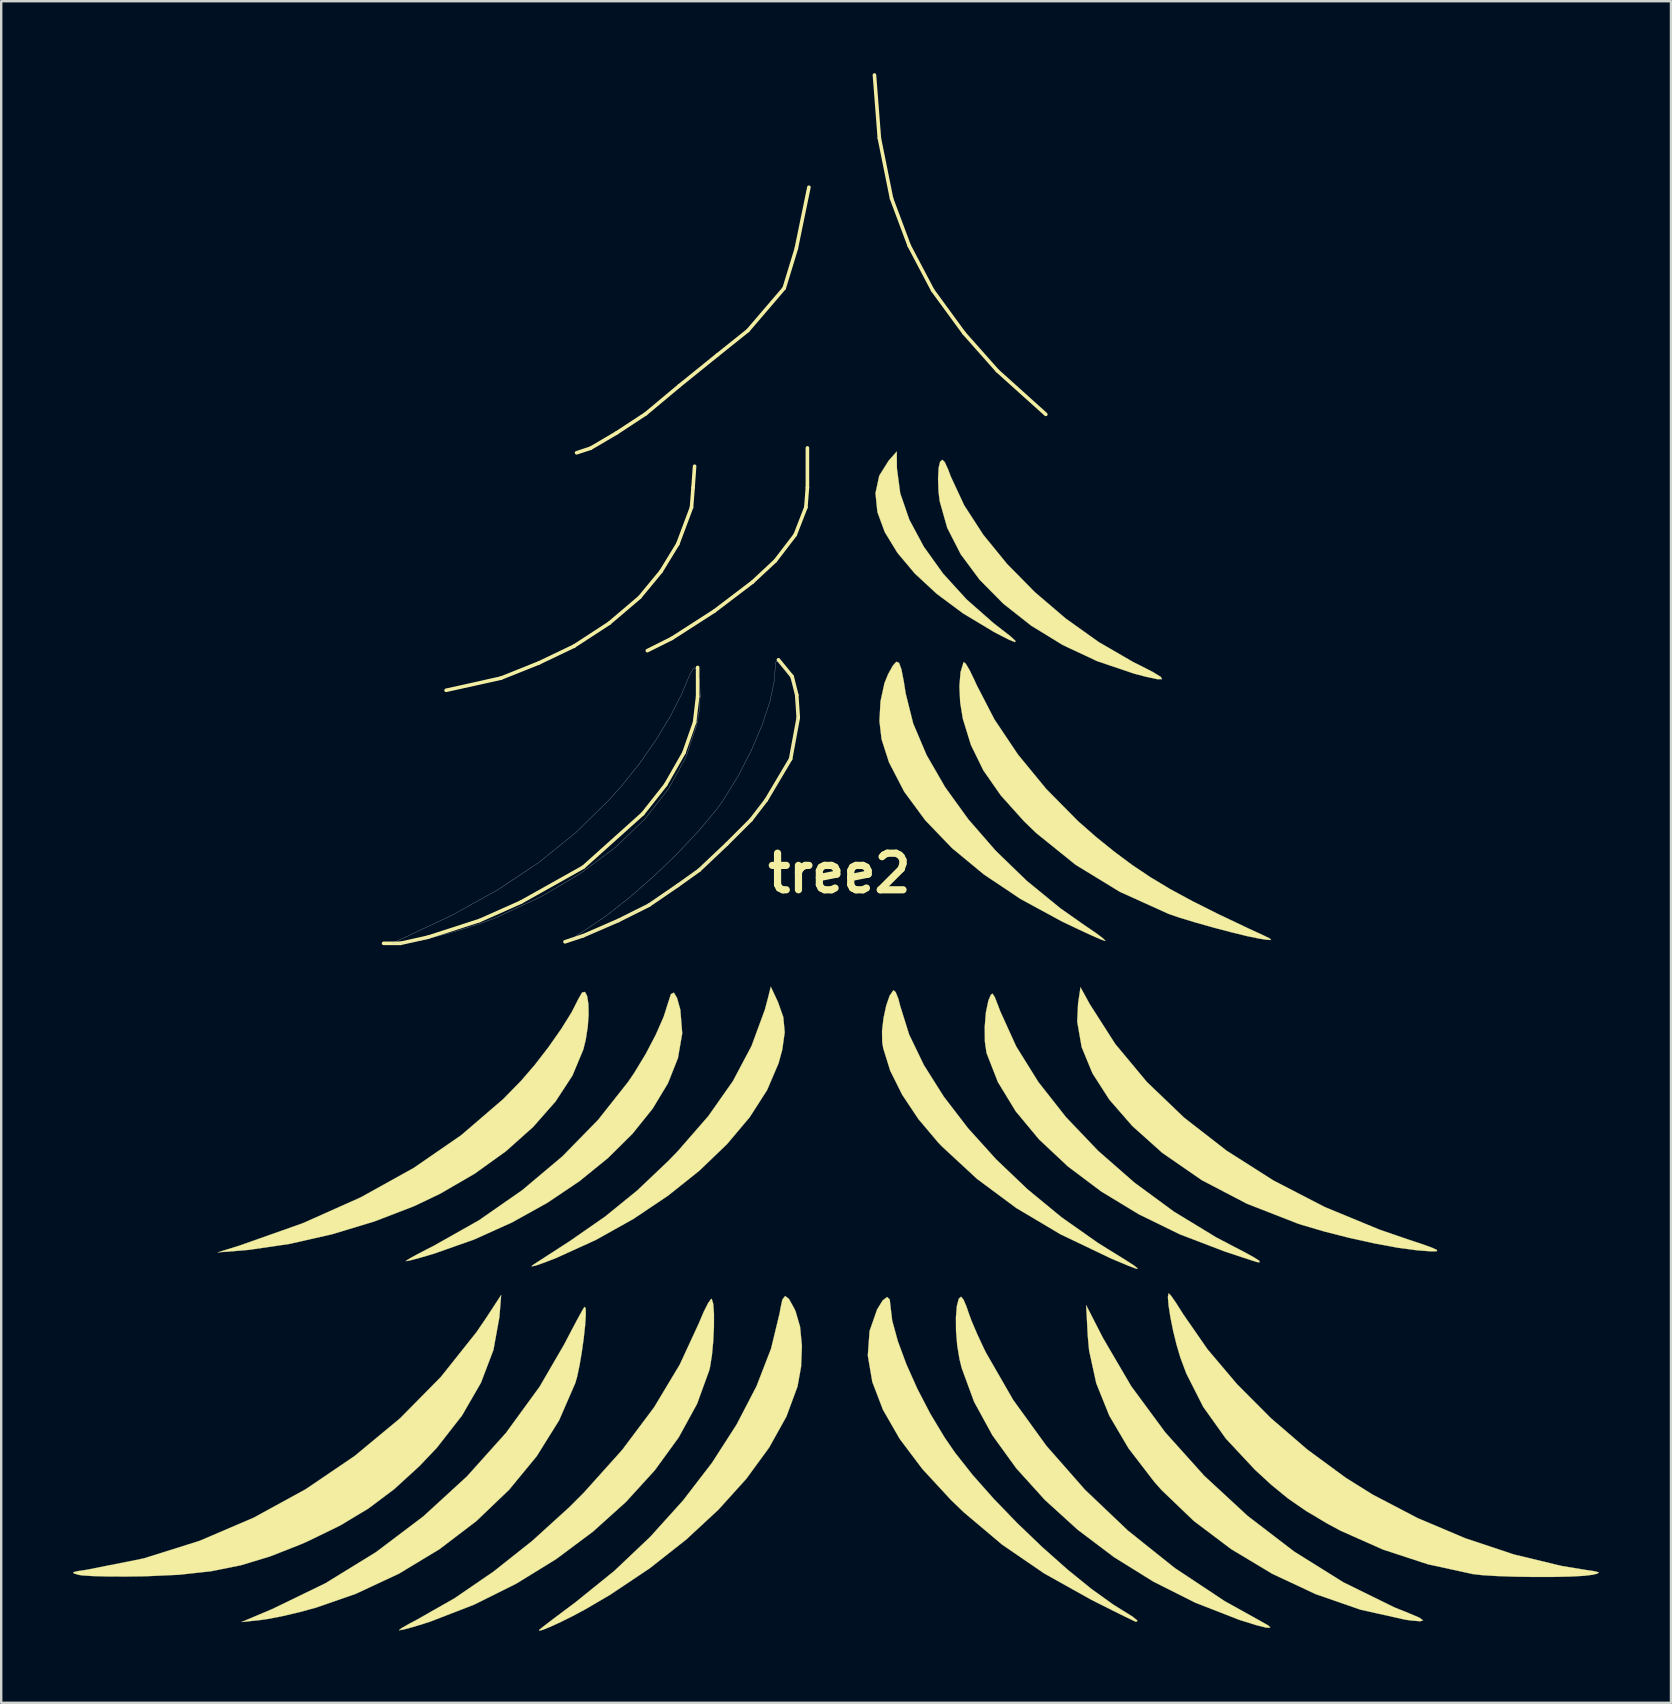
<source format=kicad_pcb>
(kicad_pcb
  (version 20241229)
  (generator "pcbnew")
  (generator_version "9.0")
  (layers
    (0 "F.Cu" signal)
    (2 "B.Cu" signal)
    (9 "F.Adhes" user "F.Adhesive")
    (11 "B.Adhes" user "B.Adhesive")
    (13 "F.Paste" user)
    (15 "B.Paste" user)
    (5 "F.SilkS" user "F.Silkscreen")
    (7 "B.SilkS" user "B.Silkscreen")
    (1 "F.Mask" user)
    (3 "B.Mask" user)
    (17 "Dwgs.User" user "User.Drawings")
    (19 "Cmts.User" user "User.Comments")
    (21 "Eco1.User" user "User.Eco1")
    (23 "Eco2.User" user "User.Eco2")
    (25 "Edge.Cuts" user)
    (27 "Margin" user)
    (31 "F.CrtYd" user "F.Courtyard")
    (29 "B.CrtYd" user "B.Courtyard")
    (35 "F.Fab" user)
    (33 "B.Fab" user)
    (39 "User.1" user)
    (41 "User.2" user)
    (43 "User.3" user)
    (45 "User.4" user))
  (footprint "tree2"
    (layer "F.Cu")
    (at 31.915 34.594)
    (property "Reference" "tree2" (at 0 -1.27 0) (layer "F.SilkS") (effects (font (size 1.524 1.524) (thickness 0.3))))
    (attr through_hole)
    (fp_line (start -18.986 1.651) (end -18.288 1.651) (stroke (width 0.15) (type solid)) (layer "F.SilkS"))
    (fp_line (start -18.288 1.651) (end -17.145 1.397) (stroke (width 0.15) (type solid)) (layer "F.SilkS"))
    (fp_line (start -17.145 1.397) (end -14.986 0.699) (stroke (width 0.15) (type solid)) (layer "F.SilkS"))
    (fp_line (start -16.383 -8.89) (end -14.097 -9.398) (stroke (width 0.15) (type solid)) (layer "F.SilkS"))
    (fp_line (start -14.986 0.699) (end -13.271 -0.064) (stroke (width 0.15) (type solid)) (layer "F.SilkS"))
    (fp_line (start -14.097 -9.398) (end -12.509 -10.033) (stroke (width 0.15) (type solid)) (layer "F.SilkS"))
    (fp_line (start -13.271 -0.064) (end -10.668 -1.524) (stroke (width 0.15) (type solid)) (layer "F.SilkS"))
    (fp_line (start -12.509 -10.033) (end -11.049 -10.732) (stroke (width 0.15) (type solid)) (layer "F.SilkS"))
    (fp_line (start -11.43 1.587) (end -10.668 1.333) (stroke (width 0.15) (type solid)) (layer "F.SilkS"))
    (fp_line (start -11.049 -10.732) (end -9.588 -11.684) (stroke (width 0.15) (type solid)) (layer "F.SilkS"))
    (fp_line (start -10.668 -1.524) (end -8.191 -3.747) (stroke (width 0.15) (type solid)) (layer "F.SilkS"))
    (fp_line (start -10.668 1.333) (end -9.207 0.699) (stroke (width 0.15) (type solid)) (layer "F.SilkS"))
    (fp_line (start -10.363 -18.974) (end -10.947 -18.783) (stroke (width 0.15) (type solid)) (layer "F.SilkS"))
    (fp_line (start -9.588 -11.684) (end -8.319 -12.764) (stroke (width 0.15) (type solid)) (layer "F.SilkS"))
    (fp_line (start -9.284 -19.609) (end -10.363 -18.974) (stroke (width 0.15) (type solid)) (layer "F.SilkS"))
    (fp_line (start -9.207 0.699) (end -7.938 0.064) (stroke (width 0.15) (type solid)) (layer "F.SilkS"))
    (fp_line (start -8.319 -12.764) (end -7.429 -13.843) (stroke (width 0.15) (type solid)) (layer "F.SilkS"))
    (fp_line (start -8.191 -3.747) (end -7.239 -4.953) (stroke (width 0.15) (type solid)) (layer "F.SilkS"))
    (fp_line (start -8.065 -20.409) (end -9.284 -19.609) (stroke (width 0.15) (type solid)) (layer "F.SilkS"))
    (fp_line (start -8.001 -10.541) (end -6.985 -11.049) (stroke (width 0.15) (type solid)) (layer "F.SilkS"))
    (fp_line (start -7.938 0.064) (end -6.731 -0.762) (stroke (width 0.15) (type solid)) (layer "F.SilkS"))
    (fp_line (start -7.429 -13.843) (end -6.731 -14.986) (stroke (width 0.15) (type solid)) (layer "F.SilkS"))
    (fp_line (start -7.239 -4.953) (end -6.477 -6.287) (stroke (width 0.15) (type solid)) (layer "F.SilkS"))
    (fp_line (start -6.985 -11.049) (end -5.207 -12.192) (stroke (width 0.15) (type solid)) (layer "F.SilkS"))
    (fp_line (start -6.731 -14.986) (end -6.16 -16.51) (stroke (width 0.15) (type solid)) (layer "F.SilkS"))
    (fp_line (start -6.731 -0.762) (end -5.842 -1.397) (stroke (width 0.15) (type solid)) (layer "F.SilkS"))
    (fp_line (start -6.668 -21.577) (end -8.065 -20.409) (stroke (width 0.15) (type solid)) (layer "F.SilkS"))
    (fp_line (start -6.477 -6.287) (end -6.032 -7.556) (stroke (width 0.15) (type solid)) (layer "F.SilkS"))
    (fp_line (start -6.16 -16.51) (end -6.096 -17.335) (stroke (width 0.15) (type solid)) (layer "F.SilkS"))
    (fp_line (start -6.096 -17.335) (end -6.032 -18.224) (stroke (width 0.15) (type solid)) (layer "F.SilkS"))
    (fp_line (start -6.032 -7.556) (end -5.905 -8.636) (stroke (width 0.15) (type solid)) (layer "F.SilkS"))
    (fp_line (start -5.905 -8.636) (end -5.905 -9.842) (stroke (width 0.15) (type solid)) (layer "F.SilkS"))
    (fp_line (start -5.842 -1.397) (end -4.699 -2.477) (stroke (width 0.15) (type solid)) (layer "F.SilkS"))
    (fp_line (start -5.207 -12.192) (end -3.619 -13.399) (stroke (width 0.15) (type solid)) (layer "F.SilkS"))
    (fp_line (start -5.08 -22.86) (end -6.668 -21.577) (stroke (width 0.15) (type solid)) (layer "F.SilkS"))
    (fp_line (start -4.699 -2.477) (end -3.683 -3.493) (stroke (width 0.15) (type solid)) (layer "F.SilkS"))
    (fp_line (start -3.81 -23.876) (end -5.08 -22.86) (stroke (width 0.15) (type solid)) (layer "F.SilkS"))
    (fp_line (start -3.683 -3.493) (end -3.048 -4.318) (stroke (width 0.15) (type solid)) (layer "F.SilkS"))
    (fp_line (start -3.619 -13.399) (end -2.667 -14.287) (stroke (width 0.15) (type solid)) (layer "F.SilkS"))
    (fp_line (start -3.048 -4.318) (end -2.032 -6.032) (stroke (width 0.15) (type solid)) (layer "F.SilkS"))
    (fp_line (start -2.667 -14.287) (end -1.841 -15.367) (stroke (width 0.15) (type solid)) (layer "F.SilkS"))
    (fp_line (start -2.299 -25.641) (end -3.81 -23.876) (stroke (width 0.15) (type solid)) (layer "F.SilkS"))
    (fp_line (start -2.299 -25.641) (end -1.791 -27.305) (stroke (width 0.15) (type solid)) (layer "F.SilkS"))
    (fp_line (start -2.032 -6.032) (end -1.714 -7.747) (stroke (width 0.15) (type solid)) (layer "F.SilkS"))
    (fp_line (start -1.968 -9.461) (end -2.54 -10.16) (stroke (width 0.15) (type solid)) (layer "F.SilkS"))
    (fp_line (start -1.841 -15.367) (end -1.397 -16.51) (stroke (width 0.15) (type solid)) (layer "F.SilkS"))
    (fp_line (start -1.778 -8.7) (end -1.968 -9.461) (stroke (width 0.15) (type solid)) (layer "F.SilkS"))
    (fp_line (start -1.714 -7.747) (end -1.778 -8.7) (stroke (width 0.15) (type solid)) (layer "F.SilkS"))
    (fp_line (start -1.397 -16.51) (end -1.333 -17.335) (stroke (width 0.15) (type solid)) (layer "F.SilkS"))
    (fp_line (start -1.333 -17.335) (end -1.333 -18.986) (stroke (width 0.15) (type solid)) (layer "F.SilkS"))
    (fp_line (start -1.27 -29.845) (end -1.791 -27.318) (stroke (width 0.15) (type solid)) (layer "F.SilkS"))
    (fp_line (start 1.664 -31.89) (end 1.46 -34.519) (stroke (width 0.15) (type solid)) (layer "F.SilkS"))
    (fp_line (start 1.664 -31.89) (end 2.172 -29.375) (stroke (width 0.15) (type solid)) (layer "F.SilkS"))
    (fp_line (start 2.172 -29.375) (end 2.908 -27.407) (stroke (width 0.15) (type solid)) (layer "F.SilkS"))
    (fp_line (start 2.908 -27.407) (end 3.886 -25.552) (stroke (width 0.15) (type solid)) (layer "F.SilkS"))
    (fp_line (start 3.886 -25.552) (end 5.194 -23.762) (stroke (width 0.15) (type solid)) (layer "F.SilkS"))
    (fp_line (start 5.194 -23.762) (end 6.579 -22.2) (stroke (width 0.15) (type solid)) (layer "F.SilkS"))
    (fp_line (start 6.579 -22.2) (end 8.598 -20.384) (stroke (width 0.15) (type solid)) (layer "F.SilkS"))
    (fp_poly (pts (xy 2.396 -18.133) (xy 2.534 -17.094) (xy 2.914 -15.994) (xy 3.517 -14.869) (xy 4.317 -13.752) (xy 5.295 -12.678) (xy 6.427 -11.682) (xy 6.669 -11.495) (xy 7.121 -11.144) (xy 7.336 -10.945) (xy 7.316 -10.897) (xy 7.058 -11) (xy 6.562 -11.254) (xy 6.421 -11.33) (xy 5.156 -12.09) (xy 4.059 -12.905) (xy 3.142 -13.754) (xy 2.415 -14.619) (xy 1.891 -15.478) (xy 1.583 -16.313) (xy 1.503 -17.105) (xy 1.661 -17.832) (xy 2.048 -18.45) (xy 2.39 -18.838) (xy 2.396 -18.133)) (stroke (width 0.01) (type solid)) (fill yes) (layer "F.SilkS"))
    (fp_poly (pts (xy 10.976 18.084) (xy 12.154 20.097) (xy 13.575 22.024) (xy 15.203 23.836) (xy 17.005 25.501) (xy 18.946 26.988) (xy 20.991 28.266) (xy 23.105 29.305) (xy 23.741 29.562) (xy 24.164 29.742) (xy 24.314 29.852) (xy 24.192 29.89) (xy 23.799 29.856) (xy 23.566 29.822) (xy 21.702 29.406) (xy 19.838 28.759) (xy 18.027 27.91) (xy 16.32 26.885) (xy 14.766 25.714) (xy 13.418 24.423) (xy 13.117 24.082) (xy 12.047 22.69) (xy 11.244 21.328) (xy 10.699 19.975) (xy 10.401 18.609) (xy 10.345 17.992) (xy 10.279 16.722) (xy 10.976 18.084)) (stroke (width 0.01) (type solid)) (fill yes) (layer "F.SilkS"))
    (fp_poly (pts (xy 4.386 -18.399) (xy 4.529 -18.089) (xy 4.643 -17.787) (xy 5.198 -16.595) (xy 5.991 -15.371) (xy 6.984 -14.153) (xy 8.141 -12.978) (xy 9.425 -11.881) (xy 10.8 -10.9) (xy 12.228 -10.072) (xy 12.488 -9.942) (xy 13.069 -9.645) (xy 13.386 -9.449) (xy 13.44 -9.353) (xy 13.231 -9.355) (xy 12.757 -9.457) (xy 12.277 -9.583) (xy 10.739 -10.103) (xy 9.302 -10.777) (xy 7.99 -11.582) (xy 6.829 -12.496) (xy 5.843 -13.494) (xy 5.055 -14.555) (xy 4.492 -15.656) (xy 4.176 -16.773) (xy 4.127 -17.19) (xy 4.11 -17.719) (xy 4.134 -18.158) (xy 4.193 -18.408) (xy 4.283 -18.493) (xy 4.386 -18.399)) (stroke (width 0.01) (type solid)) (fill yes) (layer "F.SilkS"))
    (fp_poly (pts (xy -2.561 4.092) (xy -2.337 4.722) (xy -2.278 5.359) (xy -2.381 6.087) (xy -2.537 6.653) (xy -3.011 7.762) (xy -3.736 8.892) (xy -4.684 10.017) (xy -5.827 11.115) (xy -7.137 12.161) (xy -8.585 13.132) (xy -10.144 14.004) (xy -11.787 14.752) (xy -12.288 14.948) (xy -12.645 15.071) (xy -12.82 15.109) (xy -12.786 15.061) (xy -12.56 14.914) (xy -12.159 14.655) (xy -11.646 14.323) (xy -11.233 14.056) (xy -9.755 13.029) (xy -8.418 11.942) (xy -7.116 10.705) (xy -6.737 10.313) (xy -5.458 8.845) (xy -4.438 7.393) (xy -3.661 5.928) (xy -3.106 4.419) (xy -2.981 3.951) (xy -2.858 3.457) (xy -2.561 4.092)) (stroke (width 0.01) (type solid)) (fill yes) (layer "F.SilkS"))
    (fp_poly (pts (xy 10.423 4.174) (xy 11.489 5.842) (xy 12.808 7.426) (xy 14.361 8.913) (xy 16.127 10.286) (xy 18.084 11.531) (xy 20.214 12.633) (xy 22.495 13.575) (xy 23.477 13.914) (xy 24.207 14.157) (xy 24.678 14.325) (xy 24.898 14.429) (xy 24.88 14.478) (xy 24.632 14.48) (xy 24.165 14.445) (xy 24.059 14.436) (xy 23.261 14.33) (xy 22.288 14.15) (xy 21.232 13.917) (xy 20.184 13.65) (xy 19.237 13.37) (xy 19.08 13.318) (xy 16.975 12.497) (xy 15.1 11.518) (xy 13.45 10.378) (xy 12.201 9.259) (xy 11.247 8.164) (xy 10.541 7.064) (xy 10.092 5.975) (xy 9.906 4.913) (xy 9.942 4.156) (xy 10.043 3.48) (xy 10.423 4.174)) (stroke (width 0.01) (type solid)) (fill yes) (layer "F.SilkS"))
    (fp_poly (pts (xy -10.569 16.852) (xy -10.563 17.129) (xy -10.592 17.565) (xy -10.65 18.1) (xy -10.73 18.674) (xy -10.824 19.227) (xy -10.924 19.7) (xy -11.001 19.967) (xy -11.676 21.519) (xy -12.605 23.009) (xy -13.762 24.415) (xy -15.12 25.714) (xy -16.655 26.884) (xy -18.34 27.902) (xy -20.149 28.747) (xy -21.802 29.322) (xy -22.506 29.513) (xy -23.217 29.68) (xy -23.826 29.797) (xy -24.059 29.83) (xy -24.906 29.922) (xy -23.631 29.384) (xy -21.415 28.309) (xy -19.304 27.011) (xy -17.327 25.517) (xy -15.512 23.853) (xy -13.889 22.043) (xy -12.485 20.115) (xy -11.466 18.361) (xy -11.159 17.773) (xy -10.897 17.28) (xy -10.707 16.936) (xy -10.619 16.792) (xy -10.569 16.852)) (stroke (width 0.01) (type solid)) (fill yes) (layer "F.SilkS"))
    (fp_poly (pts (xy -10.508 3.845) (xy -10.456 4.172) (xy -10.446 4.613) (xy -10.482 5.125) (xy -10.566 5.667) (xy -10.668 6.077) (xy -11.119 7.157) (xy -11.824 8.238) (xy -12.756 9.297) (xy -13.888 10.308) (xy -15.195 11.247) (xy -16.648 12.089) (xy -17.719 12.599) (xy -19.372 13.236) (xy -21.136 13.769) (xy -22.91 14.172) (xy -24.594 14.418) (xy -24.906 14.446) (xy -25.894 14.523) (xy -24.977 14.237) (xy -22.353 13.309) (xy -19.933 12.229) (xy -17.729 11.004) (xy -15.752 9.641) (xy -14.012 8.145) (xy -13.261 7.378) (xy -12.691 6.717) (xy -12.118 5.975) (xy -11.591 5.223) (xy -11.16 4.532) (xy -10.874 3.972) (xy -10.871 3.964) (xy -10.719 3.699) (xy -10.597 3.674) (xy -10.508 3.845)) (stroke (width 0.01) (type solid)) (fill yes) (layer "F.SilkS"))
    (fp_poly (pts (xy -6.764 3.923) (xy -6.626 4.416) (xy -6.547 5.401) (xy -6.725 6.428) (xy -7.141 7.479) (xy -7.779 8.536) (xy -8.618 9.581) (xy -9.642 10.595) (xy -10.831 11.56) (xy -12.167 12.459) (xy -13.632 13.273) (xy -15.207 13.984) (xy -16.874 14.573) (xy -16.898 14.58) (xy -17.42 14.734) (xy -17.821 14.842) (xy -18.04 14.888) (xy -18.062 14.885) (xy -17.945 14.804) (xy -17.631 14.629) (xy -17.177 14.392) (xy -16.929 14.267) (xy -15.019 13.19) (xy -13.209 11.93) (xy -11.541 10.526) (xy -10.059 9.013) (xy -8.805 7.428) (xy -8.552 7.056) (xy -8.068 6.259) (xy -7.644 5.448) (xy -7.318 4.702) (xy -7.129 4.107) (xy -7.018 3.765) (xy -6.895 3.704) (xy -6.764 3.923)) (stroke (width 0.01) (type solid)) (fill yes) (layer "F.SilkS"))
    (fp_poly (pts (xy 2.485 -10.034) (xy 2.584 -9.761) (xy 2.685 -9.24) (xy 2.761 -8.755) (xy 3.074 -7.506) (xy 3.63 -6.195) (xy 4.404 -4.854) (xy 5.372 -3.514) (xy 6.512 -2.205) (xy 7.798 -0.959) (xy 9.207 0.193) (xy 10.239 0.918) (xy 10.664 1.206) (xy 10.959 1.426) (xy 11.079 1.542) (xy 11.071 1.552) (xy 10.9 1.492) (xy 10.528 1.331) (xy 10.006 1.09) (xy 9.384 0.794) (xy 9.243 0.725) (xy 7.543 -0.199) (xy 6.02 -1.218) (xy 4.693 -2.315) (xy 3.58 -3.472) (xy 2.698 -4.669) (xy 2.066 -5.89) (xy 1.757 -6.85) (xy 1.668 -7.608) (xy 1.712 -8.429) (xy 1.877 -9.188) (xy 2.03 -9.564) (xy 2.226 -9.916) (xy 2.372 -10.079) (xy 2.485 -10.034)) (stroke (width 0.01) (type solid)) (fill yes) (layer "F.SilkS"))
    (fp_poly (pts (xy -14.163 17.222) (xy -14.41 18.585) (xy -14.931 19.954) (xy -15.718 21.316) (xy -16.763 22.656) (xy -17.492 23.424) (xy -18.542 24.383) (xy -19.614 25.189) (xy -20.789 25.897) (xy -22.149 26.559) (xy -22.434 26.684) (xy -23.714 27.188) (xy -24.929 27.556) (xy -26.167 27.805) (xy -27.512 27.953) (xy -28.928 28.016) (xy -29.743 28.026) (xy -30.488 28.023) (xy -31.104 28.007) (xy -31.532 27.98) (xy -31.679 27.958) (xy -31.894 27.894) (xy -31.91 27.846) (xy -31.698 27.796) (xy -31.327 27.74) (xy -28.975 27.27) (xy -26.655 26.541) (xy -24.396 25.574) (xy -22.23 24.388) (xy -20.189 23.002) (xy -18.302 21.437) (xy -16.601 19.712) (xy -15.117 17.847) (xy -14.688 17.216) (xy -14.089 16.298) (xy -14.163 17.222)) (stroke (width 0.01) (type solid)) (fill yes) (layer "F.SilkS"))
    (fp_poly (pts (xy 2.345 3.683) (xy 2.459 3.971) (xy 2.531 4.253) (xy 2.906 5.453) (xy 3.52 6.723) (xy 4.346 8.033) (xy 5.358 9.352) (xy 6.531 10.651) (xy 7.839 11.898) (xy 9.257 13.065) (xy 10.757 14.12) (xy 11.209 14.404) (xy 11.858 14.804) (xy 12.265 15.066) (xy 12.431 15.196) (xy 12.358 15.201) (xy 12.047 15.085) (xy 11.5 14.856) (xy 11.289 14.765) (xy 9.211 13.771) (xy 7.371 12.678) (xy 5.733 11.463) (xy 4.264 10.103) (xy 4.112 9.944) (xy 3.289 8.968) (xy 2.613 7.953) (xy 2.115 6.951) (xy 1.825 6.016) (xy 1.784 5.762) (xy 1.776 5.301) (xy 1.838 4.766) (xy 1.95 4.246) (xy 2.093 3.829) (xy 2.248 3.605) (xy 2.25 3.603) (xy 2.345 3.683)) (stroke (width 0.01) (type solid)) (fill yes) (layer "F.SilkS"))
    (fp_poly (pts (xy 5.17 16.491) (xy 5.301 16.799) (xy 5.356 16.969) (xy 5.505 17.378) (xy 5.742 17.933) (xy 6.022 18.534) (xy 6.103 18.697) (xy 7.239 20.671) (xy 8.625 22.585) (xy 10.23 24.411) (xy 12.023 26.117) (xy 13.973 27.674) (xy 16.049 29.051) (xy 17.568 29.896) (xy 17.885 30.077) (xy 17.947 30.162) (xy 17.768 30.153) (xy 17.357 30.049) (xy 16.726 29.852) (xy 16.651 29.828) (xy 14.831 29.119) (xy 13.087 28.243) (xy 11.444 27.222) (xy 9.927 26.078) (xy 8.56 24.836) (xy 7.368 23.518) (xy 6.377 22.148) (xy 5.611 20.748) (xy 5.095 19.342) (xy 5.005 18.979) (xy 4.908 18.401) (xy 4.858 17.795) (xy 4.854 17.225) (xy 4.893 16.756) (xy 4.974 16.451) (xy 5.068 16.369) (xy 5.17 16.491)) (stroke (width 0.01) (type solid)) (fill yes) (layer "F.SilkS"))
    (fp_poly (pts (xy -5.255 16.668) (xy -5.225 17.082) (xy -5.226 17.626) (xy -5.255 18.226) (xy -5.31 18.807) (xy -5.388 19.296) (xy -5.418 19.426) (xy -5.928 20.831) (xy -6.694 22.23) (xy -7.689 23.599) (xy -8.889 24.916) (xy -10.267 26.157) (xy -11.798 27.299) (xy -13.455 28.32) (xy -15.213 29.196) (xy -17.046 29.905) (xy -17.321 29.994) (xy -17.807 30.141) (xy -18.167 30.236) (xy -18.339 30.264) (xy -18.344 30.26) (xy -18.229 30.171) (xy -17.931 29.999) (xy -17.604 29.827) (xy -16.031 28.931) (xy -14.408 27.82) (xy -12.793 26.539) (xy -11.245 25.133) (xy -10.647 24.534) (xy -9.05 22.754) (xy -7.721 20.981) (xy -6.648 19.194) (xy -5.864 17.498) (xy -5.653 17.002) (xy -5.471 16.64) (xy -5.346 16.465) (xy -5.318 16.461) (xy -5.255 16.668)) (stroke (width 0.01) (type solid)) (fill yes) (layer "F.SilkS"))
    (fp_poly (pts (xy -2.102 16.462) (xy -1.885 16.852) (xy -1.823 16.986) (xy -1.638 17.624) (xy -1.562 18.423) (xy -1.596 19.284) (xy -1.744 20.105) (xy -1.744 20.108) (xy -2.208 21.363) (xy -2.926 22.652) (xy -3.875 23.951) (xy -5.035 25.237) (xy -6.383 26.487) (xy -7.896 27.679) (xy -9.552 28.787) (xy -10.584 29.391) (xy -11.105 29.67) (xy -11.607 29.92) (xy -12.042 30.12) (xy -12.359 30.248) (xy -12.512 30.283) (xy -12.488 30.234) (xy -12.324 30.103) (xy -11.984 29.841) (xy -11.517 29.49) (xy -10.999 29.103) (xy -9.381 27.796) (xy -7.878 26.371) (xy -6.513 24.858) (xy -5.307 23.289) (xy -4.28 21.692) (xy -3.453 20.099) (xy -2.848 18.538) (xy -2.485 17.04) (xy -2.464 16.899) (xy -2.376 16.488) (xy -2.26 16.341) (xy -2.102 16.462)) (stroke (width 0.01) (type solid)) (fill yes) (layer "F.SilkS"))
    (fp_poly (pts (xy 6.471 3.887) (xy 6.613 4.248) (xy 6.69 4.459) (xy 7.364 5.944) (xy 8.29 7.431) (xy 9.439 8.892) (xy 10.782 10.298) (xy 12.292 11.62) (xy 13.939 12.83) (xy 15.695 13.898) (xy 16.39 14.263) (xy 16.884 14.519) (xy 17.265 14.73) (xy 17.475 14.863) (xy 17.498 14.889) (xy 17.502 14.925) (xy 17.483 14.941) (xy 17.396 14.925) (xy 17.194 14.864) (xy 16.831 14.745) (xy 16.262 14.556) (xy 16.016 14.474) (xy 14.178 13.77) (xy 12.467 12.934) (xy 10.906 11.986) (xy 9.516 10.942) (xy 8.321 9.822) (xy 7.342 8.644) (xy 6.601 7.427) (xy 6.129 6.218) (xy 6.06 5.744) (xy 6.053 5.136) (xy 6.103 4.525) (xy 6.204 4.044) (xy 6.221 3.998) (xy 6.308 3.794) (xy 6.38 3.746) (xy 6.471 3.887)) (stroke (width 0.01) (type solid)) (fill yes) (layer "F.SilkS"))
    (fp_poly (pts (xy 2.096 16.484) (xy 2.117 16.677) (xy 2.199 17.363) (xy 2.432 18.217) (xy 2.79 19.186) (xy 3.251 20.216) (xy 3.791 21.253) (xy 4.387 22.243) (xy 4.814 22.864) (xy 5.547 23.793) (xy 6.431 24.791) (xy 7.417 25.811) (xy 8.458 26.808) (xy 9.502 27.735) (xy 10.502 28.546) (xy 11.409 29.196) (xy 11.782 29.429) (xy 12.225 29.704) (xy 12.415 29.865) (xy 12.365 29.916) (xy 12.227 29.855) (xy 11.883 29.689) (xy 11.381 29.44) (xy 10.765 29.131) (xy 10.495 28.995) (xy 8.53 27.897) (xy 6.779 26.697) (xy 5.182 25.351) (xy 4.647 24.836) (xy 3.456 23.546) (xy 2.511 22.29) (xy 1.814 21.078) (xy 1.371 19.919) (xy 1.184 18.823) (xy 1.257 17.799) (xy 1.572 16.898) (xy 1.803 16.524) (xy 1.986 16.382) (xy 2.096 16.484)) (stroke (width 0.01) (type solid)) (fill yes) (layer "F.SilkS"))
    (fp_poly (pts (xy 5.263 -10) (xy 5.424 -9.727) (xy 5.632 -9.298) (xy 5.712 -9.119) (xy 6.459 -7.674) (xy 7.439 -6.212) (xy 8.612 -4.784) (xy 9.936 -3.443) (xy 10.69 -2.781) (xy 11.455 -2.164) (xy 12.192 -1.615) (xy 12.948 -1.108) (xy 13.767 -0.615) (xy 14.696 -0.111) (xy 15.779 0.432) (xy 17.061 1.041) (xy 17.639 1.307) (xy 17.934 1.452) (xy 17.98 1.512) (xy 17.767 1.497) (xy 17.498 1.455) (xy 16.996 1.352) (xy 16.319 1.188) (xy 15.556 0.986) (xy 14.802 0.773) (xy 14.146 0.573) (xy 13.713 0.424) (xy 11.679 -0.497) (xy 9.841 -1.62) (xy 8.202 -2.941) (xy 7.687 -3.438) (xy 6.724 -4.511) (xy 5.998 -5.552) (xy 5.478 -6.614) (xy 5.142 -7.705) (xy 5.031 -8.385) (xy 4.999 -9.06) (xy 5.046 -9.643) (xy 5.169 -10.048) (xy 5.179 -10.064) (xy 5.263 -10)) (stroke (width 0.01) (type solid)) (fill yes) (layer "F.SilkS"))
    (fp_poly (pts (xy 13.822 16.339) (xy 14.026 16.633) (xy 14.29 17.048) (xy 14.328 17.11) (xy 15.335 18.562) (xy 16.567 20.018) (xy 17.972 21.428) (xy 19.499 22.743) (xy 21.094 23.914) (xy 22.208 24.611) (xy 24.09 25.594) (xy 26.081 26.436) (xy 28.106 27.109) (xy 30.089 27.587) (xy 31.044 27.744) (xy 31.465 27.807) (xy 31.634 27.855) (xy 31.577 27.902) (xy 31.397 27.949) (xy 31.037 27.995) (xy 30.464 28.026) (xy 29.744 28.042) (xy 28.946 28.044) (xy 28.138 28.032) (xy 27.388 28.006) (xy 26.764 27.967) (xy 26.388 27.924) (xy 24.511 27.515) (xy 22.639 26.901) (xy 20.879 26.119) (xy 20.32 25.818) (xy 19.434 25.29) (xy 18.691 24.778) (xy 17.982 24.197) (xy 17.309 23.577) (xy 16.101 22.285) (xy 15.155 20.959) (xy 14.45 19.567) (xy 14.199 18.893) (xy 14.043 18.367) (xy 13.902 17.789) (xy 13.788 17.222) (xy 13.711 16.731) (xy 13.683 16.379) (xy 13.715 16.229) (xy 13.722 16.228) (xy 13.822 16.339)) (stroke (width 0.01) (type solid)) (fill yes) (layer "F.SilkS"))
    (fp_poly (pts (xy -5.888 -9.613) (xy -5.816 -9.19) (xy -5.8 -8.638) (xy -5.841 -8.031) (xy -5.937 -7.463) (xy -6.396 -6.096) (xy -7.122 -4.78) (xy -8.101 -3.53) (xy -9.32 -2.357) (xy -10.765 -1.274) (xy -12.423 -0.294) (xy -14.281 0.571) (xy -14.347 0.598) (xy -14.931 0.814) (xy -15.629 1.039) (xy -16.371 1.253) (xy -17.087 1.439) (xy -17.706 1.578) (xy -18.16 1.65) (xy -18.289 1.656) (xy -18.648 1.646) (xy -18.295 1.493) (xy -16.135 0.478) (xy -14.221 -0.585) (xy -12.518 -1.721) (xy -10.991 -2.955) (xy -9.606 -4.311) (xy -9.045 -4.937) (xy -8.32 -5.848) (xy -7.633 -6.835) (xy -7.033 -7.824) (xy -6.568 -8.737) (xy -6.396 -9.156) (xy -6.23 -9.548) (xy -6.086 -9.79) (xy -6.013 -9.832) (xy -5.888 -9.613)) (stroke (width 0.01) (type solid)) (fill no) (layer "Dwgs.User"))
    (fp_poly (pts (xy -2.44 -9.986) (xy -2.405 -9.954) (xy -2.046 -9.454) (xy -1.824 -8.768) (xy -1.743 -7.957) (xy -1.806 -7.083) (xy -2.019 -6.21) (xy -2.141 -5.886) (xy -2.75 -4.744) (xy -3.601 -3.593) (xy -4.657 -2.466) (xy -5.881 -1.394) (xy -7.235 -0.409) (xy -8.682 0.455) (xy -10.186 1.168) (xy -10.407 1.257) (xy -10.807 1.405) (xy -11.076 1.487) (xy -11.148 1.491) (xy -11.039 1.391) (xy -10.764 1.205) (xy -10.619 1.115) (xy -9.725 0.512) (xy -8.742 -0.261) (xy -7.732 -1.145) (xy -6.753 -2.086) (xy -5.867 -3.025) (xy -5.133 -3.907) (xy -4.842 -4.309) (xy -4.219 -5.316) (xy -3.671 -6.377) (xy -3.222 -7.433) (xy -2.894 -8.425) (xy -2.711 -9.294) (xy -2.681 -9.72) (xy -2.671 -10.036) (xy -2.607 -10.11) (xy -2.44 -9.986)) (stroke (width 0.01) (type solid)) (fill no) (layer "Dwgs.User")))
  (gr_rect
    (start -3 -3)
    (end 66.554 67.881)
    (stroke (width 0.1) (type default))
    (fill no)
    (layer "Edge.Cuts")))
</source>
